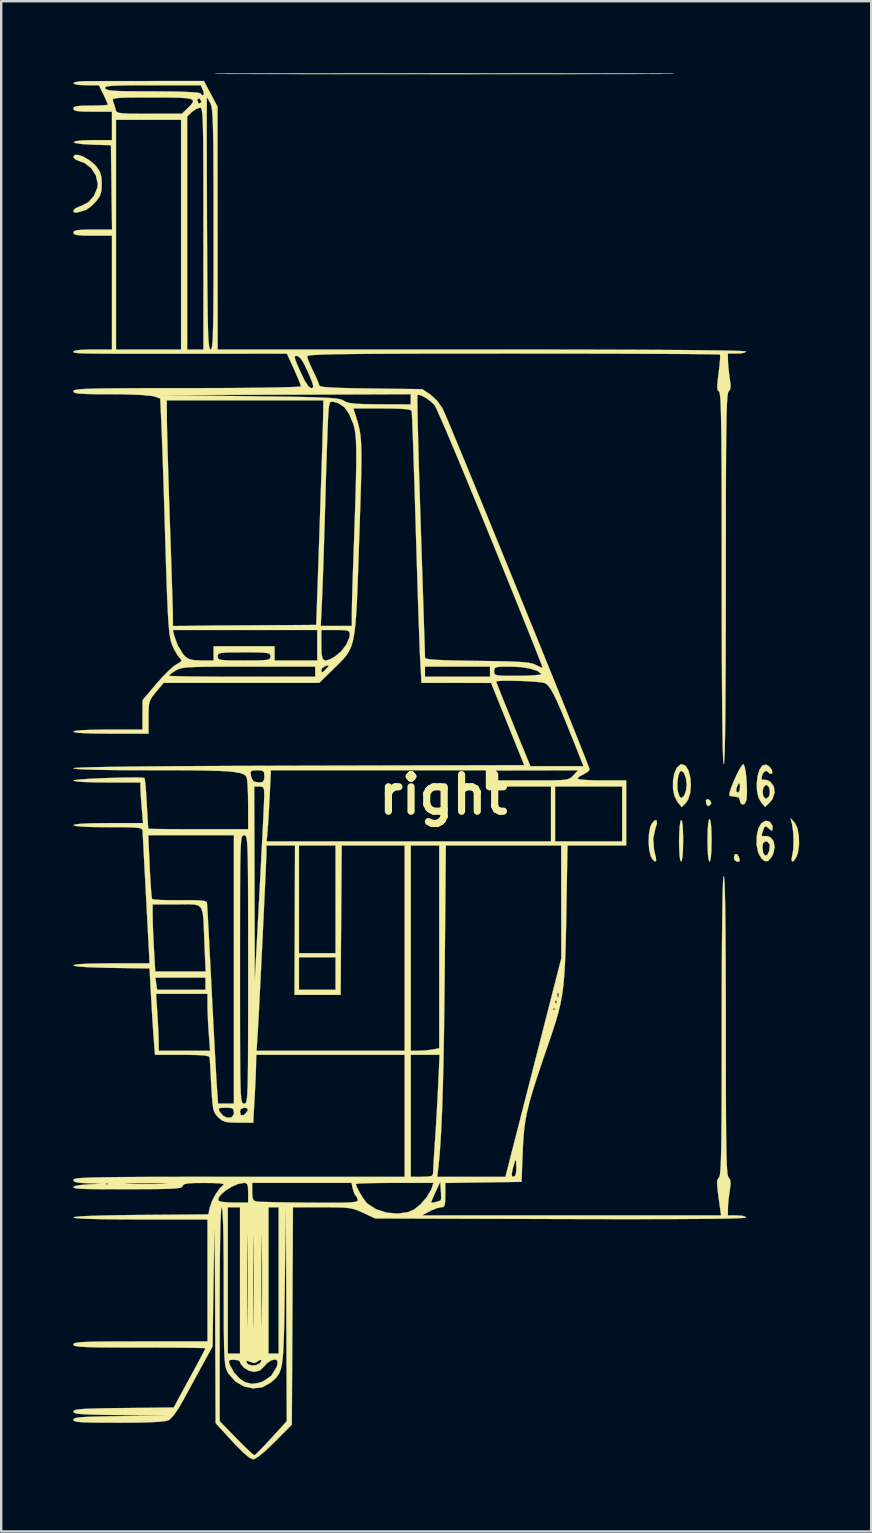
<source format=kicad_pcb>
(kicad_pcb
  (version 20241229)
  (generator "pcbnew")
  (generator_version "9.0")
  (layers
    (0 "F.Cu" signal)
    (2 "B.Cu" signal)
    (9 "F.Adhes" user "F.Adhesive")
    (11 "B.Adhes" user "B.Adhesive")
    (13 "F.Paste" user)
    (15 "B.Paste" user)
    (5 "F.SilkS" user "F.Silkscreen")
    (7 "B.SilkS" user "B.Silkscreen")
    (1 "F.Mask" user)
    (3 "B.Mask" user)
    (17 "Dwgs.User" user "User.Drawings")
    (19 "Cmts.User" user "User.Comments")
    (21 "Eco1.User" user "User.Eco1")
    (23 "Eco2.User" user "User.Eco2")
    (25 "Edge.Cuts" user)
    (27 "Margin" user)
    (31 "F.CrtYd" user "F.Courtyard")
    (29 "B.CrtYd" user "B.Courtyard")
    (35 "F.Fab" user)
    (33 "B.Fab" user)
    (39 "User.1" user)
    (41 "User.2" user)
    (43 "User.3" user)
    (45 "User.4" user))
  (footprint "right"
    (layer "F.Cu")
    (at 15.414 30.05)
    (property "Reference" "right" (at 0 0 0) (layer "F.SilkS") (effects (font (size 1.524 1.524) (thickness 0.3))))
    (attr through_hole)
    (fp_poly (pts (xy 11.11 0.238) (xy 11.166 0.355) (xy 11.111 0.437) (xy 11.017 0.482) (xy 10.957 0.392) (xy 10.937 0.234) (xy 11.007 0.179) (xy 11.11 0.238)) (stroke (width 0.01) (type solid)) (fill yes) (layer "F.SilkS"))
    (fp_poly (pts (xy 12.31 2.589) (xy 12.356 2.74) (xy 12.312 2.79) (xy 12.234 2.794) (xy 12.131 2.723) (xy 12.107 2.625) (xy 12.149 2.478) (xy 12.238 2.478) (xy 12.31 2.589)) (stroke (width 0.01) (type solid)) (fill yes) (layer "F.SilkS"))
    (fp_poly (pts (xy 14.642 1.174) (xy 14.75 1.395) (xy 14.811 1.718) (xy 14.82 2.079) (xy 14.773 2.416) (xy 14.718 2.578) (xy 14.61 2.752) (xy 14.528 2.787) (xy 14.503 2.688) (xy 14.53 2.561) (xy 14.577 2.281) (xy 14.591 1.911) (xy 14.572 1.527) (xy 14.526 1.228) (xy 14.467 0.974) (xy 14.642 1.174)) (stroke (width 0.01) (type solid)) (fill yes) (layer "F.SilkS"))
    (fp_poly (pts (xy 8.891 1.072) (xy 8.9 1.201) (xy 8.834 1.417) (xy 8.746 1.825) (xy 8.781 2.314) (xy 8.852 2.603) (xy 8.869 2.756) (xy 8.811 2.785) (xy 8.714 2.693) (xy 8.65 2.578) (xy 8.579 2.316) (xy 8.553 1.978) (xy 8.568 1.631) (xy 8.623 1.338) (xy 8.684 1.203) (xy 8.814 1.065) (xy 8.891 1.072)) (stroke (width 0.01) (type solid)) (fill yes) (layer "F.SilkS"))
    (fp_poly (pts (xy 9.947 1.112) (xy 9.975 1.326) (xy 9.989 1.69) (xy 9.991 1.9) (xy 9.983 2.309) (xy 9.962 2.606) (xy 9.928 2.769) (xy 9.906 2.794) (xy 9.867 2.714) (xy 9.838 2.489) (xy 9.823 2.144) (xy 9.821 1.952) (xy 9.829 1.584) (xy 9.851 1.289) (xy 9.883 1.102) (xy 9.906 1.058) (xy 9.947 1.112)) (stroke (width 0.01) (type solid)) (fill yes) (layer "F.SilkS"))
    (fp_poly (pts (xy 11.13 1.097) (xy 11.158 1.324) (xy 11.174 1.674) (xy 11.176 1.905) (xy 11.168 2.312) (xy 11.147 2.608) (xy 11.113 2.77) (xy 11.091 2.794) (xy 11.053 2.713) (xy 11.024 2.486) (xy 11.009 2.136) (xy 11.007 1.905) (xy 11.014 1.498) (xy 11.036 1.202) (xy 11.069 1.04) (xy 11.091 1.016) (xy 11.13 1.097)) (stroke (width 0.01) (type solid)) (fill yes) (layer "F.SilkS"))
    (fp_poly (pts (xy 10.104 -1.194) (xy 10.218 -0.995) (xy 10.289 -0.714) (xy 10.313 -0.394) (xy 10.286 -0.076) (xy 10.204 0.197) (xy 10.101 0.351) (xy 9.929 0.522) (xy 9.748 0.292) (xy 9.625 0.047) (xy 9.567 -0.259) (xy 9.569 -0.533) (xy 9.754 -0.533) (xy 9.756 -0.26) (xy 9.774 -0.122) (xy 9.846 0.089) (xy 9.94 0.136) (xy 10.041 0.022) (xy 10.107 -0.155) (xy 10.139 -0.409) (xy 10.11 -0.675) (xy 10.033 -0.891) (xy 9.931 -0.994) (xy 9.85 -0.946) (xy 9.788 -0.777) (xy 9.754 -0.533) (xy 9.569 -0.533) (xy 9.569 -0.584) (xy 9.625 -0.887) (xy 9.73 -1.125) (xy 9.879 -1.256) (xy 9.951 -1.27) (xy 10.104 -1.194)) (stroke (width 0.01) (type solid)) (fill yes) (layer "F.SilkS"))
    (fp_poly (pts (xy 12.547 -1.193) (xy 12.59 -0.99) (xy 12.624 -0.707) (xy 12.645 -0.386) (xy 12.649 -0.072) (xy 12.633 0.19) (xy 12.627 0.233) (xy 12.556 0.382) (xy 12.451 0.417) (xy 12.372 0.334) (xy 12.361 0.254) (xy 12.308 0.118) (xy 12.164 0.085) (xy 11.99 0.066) (xy 11.918 0.036) (xy 11.92 -0.065) (xy 11.975 -0.244) (xy 12.202 -0.244) (xy 12.216 -0.115) (xy 12.277 -0.085) (xy 12.338 -0.158) (xy 12.36 -0.318) (xy 12.347 -0.465) (xy 12.304 -0.461) (xy 12.277 -0.423) (xy 12.202 -0.244) (xy 11.975 -0.244) (xy 11.983 -0.27) (xy 12.087 -0.534) (xy 12.211 -0.811) (xy 12.336 -1.055) (xy 12.441 -1.222) (xy 12.498 -1.27) (xy 12.547 -1.193)) (stroke (width 0.01) (type solid)) (fill yes) (layer "F.SilkS"))
    (fp_poly (pts (xy -15.194 -26.645) (xy -14.98 -26.568) (xy -14.745 -26.429) (xy -14.524 -26.245) (xy -14.453 -26.167) (xy -14.308 -25.957) (xy -14.24 -25.731) (xy -14.224 -25.439) (xy -14.24 -25.139) (xy -14.308 -24.926) (xy -14.454 -24.721) (xy -14.483 -24.687) (xy -14.681 -24.495) (xy -14.871 -24.363) (xy -14.928 -24.339) (xy -15.148 -24.276) (xy -15.261 -24.245) (xy -15.387 -24.259) (xy -15.409 -24.321) (xy -15.335 -24.416) (xy -15.15 -24.502) (xy -15.095 -24.517) (xy -14.787 -24.674) (xy -14.546 -24.946) (xy -14.41 -25.281) (xy -14.393 -25.442) (xy -14.468 -25.79) (xy -14.666 -26.097) (xy -14.948 -26.313) (xy -15.095 -26.367) (xy -15.297 -26.444) (xy -15.404 -26.536) (xy -15.409 -26.558) (xy -15.349 -26.647) (xy -15.194 -26.645)) (stroke (width 0.01) (type solid)) (fill yes) (layer "F.SilkS"))
    (fp_poly (pts (xy 13.582 -1.173) (xy 13.686 -1.035) (xy 13.705 -0.904) (xy 13.687 -0.874) (xy 13.596 -0.875) (xy 13.552 -0.923) (xy 13.446 -0.996) (xy 13.337 -0.92) (xy 13.267 -0.757) (xy 13.26 -0.627) (xy 13.331 -0.622) (xy 13.479 -0.61) (xy 13.622 -0.539) (xy 13.769 -0.344) (xy 13.8 -0.085) (xy 13.717 0.179) (xy 13.603 0.325) (xy 13.406 0.511) (xy 13.25 0.339) (xy 13.131 0.126) (xy 13.076 -0.125) (xy 13.301 -0.125) (xy 13.325 0.051) (xy 13.407 0.16) (xy 13.45 0.169) (xy 13.544 0.101) (xy 13.582 0.03) (xy 13.605 -0.15) (xy 13.562 -0.315) (xy 13.475 -0.402) (xy 13.434 -0.4) (xy 13.336 -0.298) (xy 13.301 -0.125) (xy 13.076 -0.125) (xy 13.068 -0.159) (xy 13.057 -0.474) (xy 13.094 -0.781) (xy 13.172 -1.04) (xy 13.288 -1.21) (xy 13.437 -1.254) (xy 13.582 -1.173)) (stroke (width 0.01) (type solid)) (fill yes) (layer "F.SilkS"))
    (fp_poly (pts (xy 13.597 1.123) (xy 13.704 1.277) (xy 13.716 1.371) (xy 13.705 1.493) (xy 13.645 1.482) (xy 13.556 1.406) (xy 13.442 1.319) (xy 13.375 1.351) (xy 13.309 1.515) (xy 13.261 1.686) (xy 13.289 1.735) (xy 13.335 1.724) (xy 13.494 1.726) (xy 13.625 1.774) (xy 13.758 1.932) (xy 13.801 2.175) (xy 13.752 2.445) (xy 13.669 2.606) (xy 13.525 2.764) (xy 13.392 2.769) (xy 13.257 2.661) (xy 13.118 2.421) (xy 13.071 2.187) (xy 13.293 2.187) (xy 13.325 2.423) (xy 13.402 2.536) (xy 13.496 2.512) (xy 13.579 2.338) (xy 13.582 2.324) (xy 13.6 2.082) (xy 13.502 1.961) (xy 13.415 1.947) (xy 13.319 2.023) (xy 13.293 2.187) (xy 13.071 2.187) (xy 13.051 2.089) (xy 13.054 1.726) (xy 13.129 1.396) (xy 13.251 1.185) (xy 13.427 1.085) (xy 13.597 1.123)) (stroke (width 0.01) (type solid)) (fill yes) (layer "F.SilkS"))
    (fp_poly (pts (xy 1.934 -30.044) (xy 3.602 -30.043) (xy 5.198 -30.041) (xy 6.687 -30.038) (xy 7.817 -30.035) (xy 8.502 -30.033) (xy 9.021 -30.031) (xy 9.378 -30.029) (xy 9.576 -30.027) (xy 9.62 -30.025) (xy 9.512 -30.024) (xy 9.256 -30.022) (xy 8.856 -30.02) (xy 8.316 -30.019) (xy 7.638 -30.018) (xy 6.827 -30.017) (xy 5.886 -30.016) (xy 4.819 -30.015) (xy 3.63 -30.014) (xy 2.321 -30.014) (xy 0.897 -30.013) (xy 0.042 -30.013) (xy -1.445 -30.014) (xy -2.818 -30.014) (xy -4.074 -30.014) (xy -5.208 -30.015) (xy -6.218 -30.016) (xy -7.101 -30.017) (xy -7.851 -30.018) (xy -8.466 -30.02) (xy -8.942 -30.021) (xy -9.276 -30.023) (xy -9.465 -30.024) (xy -9.503 -30.026) (xy -9.389 -30.028) (xy -9.118 -30.03) (xy -8.686 -30.032) (xy -8.091 -30.034) (xy -7.677 -30.035) (xy -6.294 -30.039) (xy -4.777 -30.041) (xy -3.162 -30.043) (xy -1.482 -30.044) (xy 0.228 -30.045) (xy 1.934 -30.044)) (stroke (width 0.01) (type solid)) (fill yes) (layer "F.SilkS"))
    (fp_poly (pts (xy -9.404 -28.66) (xy -9.398 -18.542) (xy 1.609 -18.542) (xy 3.429 -18.541) (xy 5.087 -18.539) (xy 6.582 -18.536) (xy 7.913 -18.532) (xy 9.081 -18.526) (xy 10.083 -18.519) (xy 10.919 -18.51) (xy 11.589 -18.501) (xy 12.092 -18.49) (xy 12.428 -18.478) (xy 12.595 -18.464) (xy 12.615 -18.457) (xy 12.54 -18.407) (xy 12.348 -18.377) (xy 12.234 -18.373) (xy 11.853 -18.373) (xy 11.858 -18.055) (xy 11.877 -17.772) (xy 11.917 -17.437) (xy 11.936 -17.314) (xy 11.97 -17.038) (xy 11.95 -16.876) (xy 11.889 -16.797) (xy 11.868 -16.761) (xy 11.849 -16.68) (xy 11.833 -16.546) (xy 11.82 -16.347) (xy 11.808 -16.075) (xy 11.798 -15.72) (xy 11.79 -15.272) (xy 11.783 -14.721) (xy 11.778 -14.057) (xy 11.774 -13.271) (xy 11.771 -12.352) (xy 11.77 -11.292) (xy 11.769 -10.08) (xy 11.769 -8.986) (xy 11.768 -7.484) (xy 11.765 -6.142) (xy 11.76 -4.96) (xy 11.754 -3.94) (xy 11.746 -3.083) (xy 11.736 -2.389) (xy 11.724 -1.862) (xy 11.71 -1.5) (xy 11.695 -1.306) (xy 11.684 -1.27) (xy 11.668 -1.354) (xy 11.653 -1.607) (xy 11.64 -2.027) (xy 11.629 -2.613) (xy 11.619 -3.363) (xy 11.612 -4.277) (xy 11.606 -5.354) (xy 11.602 -6.592) (xy 11.6 -7.991) (xy 11.599 -9.008) (xy 11.599 -10.359) (xy 11.598 -11.55) (xy 11.596 -12.591) (xy 11.593 -13.491) (xy 11.588 -14.259) (xy 11.583 -14.904) (xy 11.575 -15.436) (xy 11.567 -15.865) (xy 11.556 -16.2) (xy 11.544 -16.449) (xy 11.529 -16.623) (xy 11.513 -16.731) (xy 11.494 -16.783) (xy 11.485 -16.79) (xy 11.433 -16.839) (xy 11.412 -16.957) (xy 11.423 -17.175) (xy 11.464 -17.525) (xy 11.469 -17.563) (xy 11.509 -17.895) (xy 11.531 -18.158) (xy 11.533 -18.311) (xy 11.527 -18.332) (xy 11.438 -18.338) (xy 11.192 -18.343) (xy 10.799 -18.348) (xy 10.27 -18.353) (xy 9.618 -18.357) (xy 8.853 -18.361) (xy 7.986 -18.365) (xy 7.029 -18.368) (xy 5.994 -18.37) (xy 4.892 -18.372) (xy 3.733 -18.372) (xy 2.907 -18.373) (xy 1.485 -18.372) (xy 0.223 -18.371) (xy -0.888 -18.37) (xy -1.855 -18.367) (xy -2.69 -18.363) (xy -3.4 -18.358) (xy -3.994 -18.352) (xy -4.482 -18.345) (xy -4.872 -18.336) (xy -5.173 -18.325) (xy -5.395 -18.313) (xy -5.546 -18.298) (xy -5.635 -18.282) (xy -5.671 -18.264) (xy -5.673 -18.258) (xy -5.636 -18.127) (xy -5.541 -17.898) (xy -5.42 -17.644) (xy -5.29 -17.373) (xy -5.198 -17.155) (xy -5.166 -17.044) (xy -5.117 -17.011) (xy -4.962 -16.983) (xy -4.69 -16.961) (xy -4.286 -16.943) (xy -3.738 -16.929) (xy -3.034 -16.918) (xy -3.02 -16.917) (xy -0.876 -16.891) (xy -0.544 -16.671) (xy -0.264 -16.419) (xy -0.037 -16.099) (xy -0.022 -16.07) (xy 0.042 -15.927) (xy 0.163 -15.645) (xy 0.334 -15.238) (xy 0.55 -14.718) (xy 0.806 -14.099) (xy 1.097 -13.394) (xy 1.416 -12.616) (xy 1.76 -11.779) (xy 2.121 -10.895) (xy 2.496 -9.979) (xy 2.878 -9.042) (xy 3.262 -8.099) (xy 3.643 -7.162) (xy 4.016 -6.246) (xy 4.374 -5.362) (xy 4.713 -4.525) (xy 5.028 -3.747) (xy 5.312 -3.041) (xy 5.561 -2.422) (xy 5.768 -1.902) (xy 5.93 -1.494) (xy 6.039 -1.211) (xy 6.092 -1.067) (xy 6.096 -1.052) (xy 6.026 -0.954) (xy 5.855 -0.852) (xy 5.842 -0.847) (xy 5.667 -0.754) (xy 5.588 -0.671) (xy 5.588 -0.667) (xy 5.667 -0.638) (xy 5.883 -0.615) (xy 6.203 -0.599) (xy 6.594 -0.593) (xy 6.604 -0.593) (xy 7.62 -0.593) (xy 7.62 2.117) (xy 5.174 2.117) (xy 5.132 4.593) (xy 5.116 5.507) (xy 5.098 6.274) (xy 5.075 6.917) (xy 5.045 7.459) (xy 5.005 7.924) (xy 4.952 8.333) (xy 4.882 8.71) (xy 4.794 9.078) (xy 4.684 9.459) (xy 4.549 9.876) (xy 4.409 10.287) (xy 4.135 11.086) (xy 3.913 11.751) (xy 3.737 12.305) (xy 3.601 12.773) (xy 3.499 13.179) (xy 3.426 13.548) (xy 3.375 13.904) (xy 3.341 14.271) (xy 3.318 14.674) (xy 3.31 14.859) (xy 3.26 16.129) (xy 0.085 16.175) (xy 0.085 16.681) (xy 0.078 16.964) (xy 0.051 17.117) (xy -0.01 17.178) (xy -0.085 17.187) (xy -0.266 17.226) (xy -0.505 17.323) (xy -0.571 17.357) (xy -0.886 17.526) (xy 11.571 17.526) (xy 11.468 16.785) (xy 11.421 16.417) (xy 11.405 16.181) (xy 11.421 16.04) (xy 11.47 15.961) (xy 11.482 15.95) (xy 11.505 15.91) (xy 11.524 15.82) (xy 11.541 15.669) (xy 11.555 15.448) (xy 11.567 15.145) (xy 11.577 14.749) (xy 11.584 14.251) (xy 11.59 13.638) (xy 11.594 12.901) (xy 11.597 12.028) (xy 11.599 11.01) (xy 11.599 9.834) (xy 11.599 9.621) (xy 11.6 8.285) (xy 11.604 7.107) (xy 11.61 6.087) (xy 11.618 5.228) (xy 11.628 4.531) (xy 11.64 3.998) (xy 11.654 3.629) (xy 11.671 3.428) (xy 11.684 3.387) (xy 11.702 3.471) (xy 11.718 3.723) (xy 11.732 4.142) (xy 11.744 4.725) (xy 11.753 5.471) (xy 11.76 6.379) (xy 11.765 7.447) (xy 11.768 8.673) (xy 11.769 9.621) (xy 11.769 10.82) (xy 11.77 11.861) (xy 11.773 12.754) (xy 11.777 13.51) (xy 11.782 14.14) (xy 11.789 14.656) (xy 11.798 15.067) (xy 11.809 15.385) (xy 11.823 15.62) (xy 11.839 15.784) (xy 11.858 15.888) (xy 11.88 15.941) (xy 11.889 15.95) (xy 11.957 16.051) (xy 11.968 16.228) (xy 11.936 16.468) (xy 11.891 16.793) (xy 11.862 17.11) (xy 11.858 17.209) (xy 11.853 17.526) (xy 12.234 17.526) (xy 12.462 17.543) (xy 12.598 17.587) (xy 12.615 17.612) (xy 12.536 17.629) (xy 12.298 17.643) (xy 11.9 17.655) (xy 11.341 17.665) (xy 10.619 17.672) (xy 9.734 17.678) (xy 8.684 17.68) (xy 7.467 17.681) (xy 6.084 17.679) (xy 4.889 17.676) (xy -2.836 17.653) (xy -3.333 17.42) (xy -3.54 17.328) (xy -3.724 17.264) (xy -3.922 17.223) (xy -4.173 17.2) (xy -4.514 17.19) (xy -4.982 17.187) (xy -5.046 17.187) (xy -6.261 17.187) (xy -6.308 26.243) (xy -7.025 26.965) (xy -7.383 27.308) (xy -7.667 27.547) (xy -7.863 27.671) (xy -7.924 27.686) (xy -8.079 27.617) (xy -8.327 27.41) (xy -8.666 27.07) (xy -8.793 26.932) (xy -9.483 26.178) (xy -9.502 21.661) (xy -9.502 21.643) (xy -9.313 21.643) (xy -9.313 26.098) (xy -8.621 26.807) (xy -8.345 27.086) (xy -8.11 27.312) (xy -7.943 27.464) (xy -7.869 27.517) (xy -7.792 27.458) (xy -7.628 27.297) (xy -7.4 27.061) (xy -7.165 26.806) (xy -6.519 26.095) (xy -6.556 17.145) (xy -6.601 20.447) (xy -6.613 21.32) (xy -6.625 22.04) (xy -6.64 22.624) (xy -6.659 23.09) (xy -6.686 23.454) (xy -6.722 23.734) (xy -6.771 23.945) (xy -6.835 24.106) (xy -6.916 24.232) (xy -7.016 24.341) (xy -7.14 24.45) (xy -7.2 24.501) (xy -7.541 24.687) (xy -7.924 24.732) (xy -8.31 24.648) (xy -8.662 24.442) (xy -8.941 24.126) (xy -8.987 24.047) (xy -9.027 23.961) (xy -9.06 23.858) (xy -9.086 23.721) (xy -9.096 23.621) (xy -8.929 23.621) (xy -8.882 23.77) (xy -8.716 24.066) (xy -8.479 24.326) (xy -8.255 24.473) (xy -7.975 24.542) (xy -7.683 24.501) (xy -7.497 24.433) (xy -7.168 24.208) (xy -6.947 23.852) (xy -6.903 23.728) (xy -6.906 23.579) (xy -7.007 23.525) (xy -7.165 23.562) (xy -7.342 23.684) (xy -7.437 23.791) (xy -7.64 23.987) (xy -7.877 24.045) (xy -8.097 23.993) (xy -8.306 23.866) (xy -8.443 23.707) (xy -8.467 23.622) (xy -8.479 23.612) (xy -8.213 23.612) (xy -8.143 23.724) (xy -7.979 23.775) (xy -7.786 23.761) (xy -7.629 23.675) (xy -7.62 23.664) (xy -7.572 23.562) (xy -7.631 23.542) (xy -7.751 23.618) (xy -7.763 23.63) (xy -7.894 23.678) (xy -8.034 23.627) (xy -8.172 23.581) (xy -8.213 23.612) (xy -8.479 23.612) (xy -8.54 23.562) (xy -8.717 23.537) (xy -8.719 23.537) (xy -8.891 23.55) (xy -8.929 23.621) (xy -9.096 23.621) (xy -9.106 23.533) (xy -9.121 23.276) (xy -9.131 22.934) (xy -9.138 22.488) (xy -9.142 21.923) (xy -9.144 21.221) (xy -9.144 20.469) (xy -9.146 19.541) (xy -9.153 18.76) (xy -9.163 18.132) (xy -9.178 17.66) (xy -9.196 17.348) (xy -9.219 17.2) (xy -9.229 17.187) (xy -8.975 17.187) (xy -8.975 23.283) (xy -8.467 23.283) (xy -8.467 20.235) (xy -8.174 20.235) (xy -8.174 20.868) (xy -8.172 21.383) (xy -8.169 21.771) (xy -8.166 22.026) (xy -8.162 22.138) (xy -8.157 22.101) (xy -8.152 21.905) (xy -8.149 21.78) (xy -8.142 21.126) (xy -8.139 20.38) (xy -8.139 20.32) (xy -7.92 20.32) (xy -7.92 20.962) (xy -7.918 21.486) (xy -7.915 21.885) (xy -7.912 22.149) (xy -7.908 22.272) (xy -7.903 22.245) (xy -7.898 22.061) (xy -7.895 21.907) (xy -7.888 21.245) (xy -7.885 20.49) (xy -7.885 20.235) (xy -7.582 20.235) (xy -7.581 20.868) (xy -7.579 21.383) (xy -7.577 21.771) (xy -7.573 22.026) (xy -7.569 22.138) (xy -7.564 22.101) (xy -7.559 21.905) (xy -7.557 21.78) (xy -7.549 21.126) (xy -7.546 20.38) (xy -7.548 19.62) (xy -7.553 18.922) (xy -7.557 18.69) (xy -7.562 18.429) (xy -7.567 18.329) (xy -7.572 18.382) (xy -7.575 18.581) (xy -7.578 18.917) (xy -7.581 19.382) (xy -7.582 19.969) (xy -7.582 20.235) (xy -7.885 20.235) (xy -7.886 19.718) (xy -7.892 19.006) (xy -7.895 18.733) (xy -7.901 18.467) (xy -7.906 18.362) (xy -7.91 18.411) (xy -7.914 18.606) (xy -7.917 18.938) (xy -7.919 19.401) (xy -7.92 19.985) (xy -7.92 20.32) (xy -8.139 20.32) (xy -8.14 19.62) (xy -8.146 18.922) (xy -8.149 18.69) (xy -8.155 18.429) (xy -8.16 18.329) (xy -8.164 18.382) (xy -8.168 18.581) (xy -8.171 18.917) (xy -8.173 19.382) (xy -8.174 19.969) (xy -8.174 20.235) (xy -8.467 20.235) (xy -8.467 17.187) (xy -7.281 17.187) (xy -7.281 23.283) (xy -6.858 23.283) (xy -6.858 17.187) (xy -7.281 17.187) (xy -8.467 17.187) (xy -8.975 17.187) (xy -9.229 17.187) (xy -9.25 17.272) (xy -9.268 17.523) (xy -9.283 17.938) (xy -9.295 18.515) (xy -9.304 19.251) (xy -9.31 20.144) (xy -9.313 21.192) (xy -9.313 21.643) (xy -9.502 21.643) (xy -9.506 20.686) (xy -9.51 19.875) (xy -9.514 19.224) (xy -9.517 18.729) (xy -9.521 18.385) (xy -9.524 18.187) (xy -9.528 18.132) (xy -9.533 18.213) (xy -9.539 18.428) (xy -9.545 18.771) (xy -9.553 19.237) (xy -9.562 19.823) (xy -9.566 20.066) (xy -9.61 22.987) (xy -10.005 23.707) (xy -10.235 24.127) (xy -10.498 24.61) (xy -10.747 25.069) (xy -10.81 25.186) (xy -11.039 25.58) (xy -11.242 25.871) (xy -11.404 26.036) (xy -11.431 26.053) (xy -11.571 26.092) (xy -11.826 26.122) (xy -12.209 26.143) (xy -12.733 26.156) (xy -13.41 26.161) (xy -13.525 26.161) (xy -14.146 26.16) (xy -14.617 26.155) (xy -14.958 26.145) (xy -15.188 26.129) (xy -15.327 26.106) (xy -15.394 26.073) (xy -15.409 26.037) (xy -15.388 25.996) (xy -15.311 25.964) (xy -15.159 25.939) (xy -14.914 25.921) (xy -14.556 25.907) (xy -14.066 25.896) (xy -13.441 25.887) (xy -11.472 25.862) (xy -13.441 25.843) (xy -14.078 25.835) (xy -14.564 25.825) (xy -14.919 25.812) (xy -15.163 25.794) (xy -15.313 25.77) (xy -15.388 25.738) (xy -15.409 25.698) (xy -15.388 25.658) (xy -15.313 25.627) (xy -15.165 25.603) (xy -14.926 25.584) (xy -14.578 25.571) (xy -14.1 25.56) (xy -13.477 25.551) (xy -13.32 25.55) (xy -11.23 25.527) (xy -10.568 24.308) (xy -10.346 23.899) (xy -10.156 23.544) (xy -10.011 23.27) (xy -9.925 23.101) (xy -9.906 23.06) (xy -9.987 23.052) (xy -10.218 23.046) (xy -10.579 23.04) (xy -11.049 23.035) (xy -11.608 23.032) (xy -12.238 23.03) (xy -12.658 23.029) (xy -13.422 23.029) (xy -14.032 23.026) (xy -14.507 23.02) (xy -14.861 23.01) (xy -15.112 22.996) (xy -15.275 22.977) (xy -15.368 22.952) (xy -15.406 22.92) (xy -15.409 22.902) (xy -15.392 22.867) (xy -15.327 22.839) (xy -15.2 22.817) (xy -14.994 22.801) (xy -14.693 22.789) (xy -14.28 22.782) (xy -13.739 22.777) (xy -13.054 22.776) (xy -12.615 22.775) (xy -9.821 22.775) (xy -9.821 17.695) (xy -12.615 17.695) (xy -13.442 17.693) (xy -14.133 17.685) (xy -14.682 17.673) (xy -15.082 17.657) (xy -15.327 17.636) (xy -15.409 17.612) (xy -15.326 17.587) (xy -15.081 17.564) (xy -14.683 17.545) (xy -14.139 17.528) (xy -13.457 17.516) (xy -12.645 17.506) (xy -12.598 17.506) (xy -9.786 17.484) (xy -9.732 17.218) (xy -9.638 16.94) (xy -9.569 16.807) (xy -9.368 16.807) (xy -9.368 16.914) (xy -9.265 16.952) (xy -9.041 16.98) (xy -8.742 16.991) (xy -8.724 16.991) (xy -8.128 16.991) (xy -8.128 16.581) (xy -8.137 16.333) (xy -8.177 16.21) (xy -8.265 16.173) (xy -8.3 16.171) (xy -7.959 16.171) (xy -7.959 16.546) (xy -7.947 16.784) (xy -7.896 16.902) (xy -7.783 16.947) (xy -7.768 16.949) (xy -7.632 16.958) (xy -7.352 16.967) (xy -6.956 16.976) (xy -6.47 16.984) (xy -5.919 16.992) (xy -5.567 16.995) (xy -4.92 16.999) (xy -4.424 16.999) (xy -4.06 16.993) (xy -3.81 16.98) (xy -3.655 16.959) (xy -3.576 16.929) (xy -3.556 16.893) (xy -3.604 16.753) (xy -3.634 16.726) (xy -3.706 16.615) (xy -3.768 16.424) (xy -3.813 16.217) (xy -3.641 16.217) (xy -3.597 16.351) (xy -3.488 16.563) (xy -3.349 16.791) (xy -3.216 16.976) (xy -3.163 17.033) (xy -2.798 17.268) (xy -2.358 17.41) (xy -1.896 17.452) (xy -1.466 17.388) (xy -1.216 17.279) (xy -0.942 17.057) (xy -0.886 16.992) (xy -0.508 16.992) (xy -0.442 16.996) (xy -0.296 16.965) (xy -0.153 16.918) (xy -0.101 16.889) (xy -0.09 16.799) (xy -0.094 16.599) (xy -0.101 16.498) (xy -0.127 16.129) (xy -0.318 16.542) (xy -0.424 16.778) (xy -0.493 16.945) (xy -0.508 16.992) (xy -0.886 16.992) (xy -0.686 16.759) (xy -0.505 16.454) (xy -0.47 16.362) (xy -0.412 16.171) (xy -2.026 16.171) (xy -2.528 16.174) (xy -2.966 16.18) (xy -3.315 16.19) (xy -3.548 16.202) (xy -3.64 16.216) (xy -3.641 16.217) (xy -3.813 16.217) (xy -3.823 16.171) (xy -7.959 16.171) (xy -8.3 16.171) (xy -8.536 16.214) (xy -8.799 16.326) (xy -9.051 16.48) (xy -9.253 16.649) (xy -9.368 16.807) (xy -9.569 16.807) (xy -9.484 16.644) (xy -9.306 16.393) (xy -9.159 16.259) (xy -9.151 16.22) (xy -9.292 16.193) (xy -9.589 16.178) (xy -9.921 16.174) (xy -10.335 16.177) (xy -10.607 16.191) (xy -10.766 16.22) (xy -10.839 16.268) (xy -10.852 16.299) (xy -10.884 16.344) (xy -10.971 16.377) (xy -11.135 16.401) (xy -11.397 16.417) (xy -11.778 16.427) (xy -12.299 16.432) (xy -12.531 16.433) (xy -13.312 16.435) (xy -13.94 16.436) (xy -14.431 16.433) (xy -14.801 16.428) (xy -15.067 16.419) (xy -15.245 16.406) (xy -15.35 16.389) (xy -15.399 16.367) (xy -15.409 16.344) (xy -15.332 16.301) (xy -15.127 16.263) (xy -14.837 16.236) (xy -14.796 16.234) (xy -14.364 16.214) (xy -14.055 16.214) (xy -14.012 16.256) (xy -13.97 16.214) (xy -13.974 16.209) (xy -13.26 16.209) (xy -13.116 16.216) (xy -12.835 16.22) (xy -12.431 16.221) (xy -12.404 16.221) (xy -11.988 16.22) (xy -11.693 16.216) (xy -11.53 16.21) (xy -11.512 16.202) (xy -11.65 16.193) (xy -11.659 16.193) (xy -12.099 16.183) (xy -12.604 16.182) (xy -13.069 16.192) (xy -13.098 16.193) (xy -13.258 16.202) (xy -13.26 16.209) (xy -13.974 16.209) (xy -14.012 16.171) (xy -14.055 16.214) (xy -14.364 16.214) (xy -14.182 16.205) (xy -14.796 16.188) (xy -15.126 16.171) (xy -15.318 16.139) (xy -15.4 16.084) (xy -15.409 16.044) (xy -15.394 16.021) (xy -15.342 16.001) (xy -15.243 15.984) (xy -15.085 15.969) (xy -14.86 15.956) (xy -14.555 15.946) (xy -14.161 15.938) (xy -13.667 15.931) (xy -13.063 15.926) (xy -12.339 15.922) (xy -11.483 15.92) (xy -10.485 15.918) (xy -9.335 15.917) (xy -8.509 15.917) (xy -1.609 15.917) (xy -1.609 10.837) (xy -1.355 10.837) (xy -1.355 15.917) (xy -0.889 15.917) (xy -0.251 15.917) (xy 2.588 15.917) (xy 2.616 15.81) (xy 2.847 15.81) (xy 2.869 15.902) (xy 2.928 15.917) (xy 3.005 15.864) (xy 3.039 15.688) (xy 3.041 15.515) (xy 3.034 15.287) (xy 3.016 15.208) (xy 2.979 15.282) (xy 2.913 15.515) (xy 2.89 15.6) (xy 2.847 15.81) (xy 2.616 15.81) (xy 3.752 11.367) (xy 4.375 8.932) (xy 4.572 8.932) (xy 4.614 8.975) (xy 4.657 8.932) (xy 4.614 8.89) (xy 4.572 8.932) (xy 4.375 8.932) (xy 4.451 8.636) (xy 4.657 8.636) (xy 4.688 8.706) (xy 4.713 8.692) (xy 4.723 8.592) (xy 4.713 8.58) (xy 4.663 8.591) (xy 4.657 8.636) (xy 4.451 8.636) (xy 4.528 8.333) (xy 4.748 8.333) (xy 4.764 8.442) (xy 4.792 8.444) (xy 4.813 8.33) (xy 4.799 8.281) (xy 4.762 8.249) (xy 4.748 8.333) (xy 4.528 8.333) (xy 4.916 6.816) (xy 4.911 2.117) (xy 0.107 2.117) (xy 0.06 7.345) (xy 0.045 8.808) (xy 0.027 10.112) (xy 0.005 11.266) (xy -0.021 12.281) (xy -0.05 13.166) (xy -0.084 13.931) (xy -0.122 14.586) (xy -0.166 15.142) (xy -0.208 15.557) (xy -0.251 15.917) (xy -0.889 15.917) (xy -0.621 15.911) (xy -0.482 15.881) (xy -0.43 15.81) (xy -0.423 15.727) (xy -0.417 15.574) (xy -0.401 15.29) (xy -0.378 14.913) (xy -0.349 14.481) (xy -0.343 14.393) (xy -0.307 13.839) (xy -0.269 13.198) (xy -0.234 12.555) (xy -0.209 12.044) (xy -0.154 10.837) (xy -1.355 10.837) (xy -1.609 10.837) (xy -7.789 10.837) (xy -7.8 11.324) (xy -7.81 11.62) (xy -7.827 12.023) (xy -7.849 12.469) (xy -7.864 12.738) (xy -7.916 13.665) (xy -8.534 13.664) (xy -8.866 13.657) (xy -9.08 13.628) (xy -9.23 13.563) (xy -9.365 13.448) (xy -9.378 13.436) (xy -9.473 13.332) (xy -9.539 13.22) (xy -9.579 13.085) (xy -9.353 13.085) (xy -9.33 13.176) (xy -9.317 13.201) (xy -9.168 13.376) (xy -8.989 13.458) (xy -8.827 13.442) (xy -8.731 13.326) (xy -8.721 13.25) (xy -8.726 13.208) (xy -8.467 13.208) (xy -8.429 13.355) (xy -8.321 13.35) (xy -8.23 13.276) (xy -8.134 13.132) (xy -8.193 13.052) (xy -8.297 13.039) (xy -8.439 13.099) (xy -8.467 13.208) (xy -8.726 13.208) (xy -8.739 13.114) (xy -8.825 13.054) (xy -9.027 13.039) (xy -9.062 13.039) (xy -9.275 13.047) (xy -9.353 13.085) (xy -9.579 13.085) (xy -9.584 13.067) (xy -9.616 12.838) (xy -9.642 12.501) (xy -9.664 12.129) (xy -9.686 11.712) (xy -9.706 11.352) (xy -9.721 11.086) (xy -9.729 10.949) (xy -9.729 10.943) (xy -9.779 10.898) (xy -9.933 10.866) (xy -10.211 10.847) (xy -10.631 10.838) (xy -10.872 10.837) (xy -12.008 10.837) (xy -12.057 10.223) (xy -12.08 9.901) (xy -12.109 9.464) (xy -12.139 8.968) (xy -12.167 8.469) (xy -12.17 8.424) (xy -12.177 8.297) (xy -11.964 8.297) (xy -11.909 9.123) (xy -11.885 9.527) (xy -11.866 9.911) (xy -11.855 10.214) (xy -11.854 10.308) (xy -11.853 10.668) (xy -9.712 10.668) (xy -9.766 9.97) (xy -9.793 9.562) (xy -9.812 9.145) (xy -9.821 8.804) (xy -9.821 8.784) (xy -9.821 8.297) (xy -11.964 8.297) (xy -12.177 8.297) (xy -12.214 7.62) (xy -11.993 7.62) (xy -11.956 7.874) (xy -11.919 8.128) (xy -9.906 8.128) (xy -9.906 7.62) (xy -11.993 7.62) (xy -12.214 7.62) (xy -12.234 7.239) (xy -13.822 7.216) (xy -14.387 7.203) (xy -14.844 7.185) (xy -15.176 7.16) (xy -15.368 7.132) (xy -15.409 7.11) (xy -15.327 7.08) (xy -15.09 7.056) (xy -14.712 7.039) (xy -14.209 7.029) (xy -13.822 7.027) (xy -12.234 7.027) (xy -12.364 4.572) (xy -12.107 4.572) (xy -12.107 5.016) (xy -12.102 5.29) (xy -12.088 5.674) (xy -12.068 6.111) (xy -12.052 6.413) (xy -11.997 7.366) (xy -9.899 7.366) (xy -9.95 6.16) (xy -9.971 5.603) (xy -9.99 5.194) (xy -10.023 4.908) (xy -10.087 4.725) (xy -10.196 4.622) (xy -10.368 4.576) (xy -10.617 4.567) (xy -10.96 4.571) (xy -11.093 4.572) (xy -12.107 4.572) (xy -12.364 4.572) (xy -12.376 4.339) (xy -12.411 3.676) (xy -12.444 3.063) (xy -12.472 2.521) (xy -12.495 2.073) (xy -12.513 1.74) (xy -12.515 1.693) (xy -12.289 1.693) (xy -12.23 2.985) (xy -12.207 3.437) (xy -12.182 3.829) (xy -12.159 4.13) (xy -12.139 4.309) (xy -12.131 4.343) (xy -12.037 4.367) (xy -11.806 4.386) (xy -11.471 4.396) (xy -11.065 4.398) (xy -10.978 4.397) (xy -10.506 4.395) (xy -10.18 4.403) (xy -9.976 4.424) (xy -9.872 4.459) (xy -9.844 4.499) (xy -9.836 4.606) (xy -9.82 4.864) (xy -9.798 5.254) (xy -9.771 5.756) (xy -9.74 6.353) (xy -9.705 7.026) (xy -9.668 7.755) (xy -9.655 8.001) (xy -9.616 8.776) (xy -9.577 9.527) (xy -9.54 10.23) (xy -9.506 10.862) (xy -9.476 11.4) (xy -9.452 11.819) (xy -9.435 12.097) (xy -9.433 12.129) (xy -9.38 12.869) (xy -8.721 12.869) (xy -8.721 7.281) (xy -8.467 7.281) (xy -8.467 8.39) (xy -8.466 9.342) (xy -8.465 10.148) (xy -8.462 10.821) (xy -8.458 11.372) (xy -8.453 11.815) (xy -8.445 12.16) (xy -8.434 12.421) (xy -8.42 12.608) (xy -8.403 12.734) (xy -8.383 12.811) (xy -8.358 12.852) (xy -8.329 12.867) (xy -8.297 12.869) (xy -8.264 12.866) (xy -8.235 12.85) (xy -8.21 12.807) (xy -8.19 12.727) (xy -8.173 12.597) (xy -8.16 12.405) (xy -8.149 12.139) (xy -8.142 11.787) (xy -8.136 11.337) (xy -8.132 10.777) (xy -8.132 10.668) (xy -7.779 10.668) (xy -1.609 10.668) (xy -1.609 2.117) (xy -1.355 2.117) (xy -1.355 10.668) (xy -1.027 10.668) (xy -0.729 10.653) (xy -0.45 10.618) (xy -0.434 10.615) (xy -0.169 10.562) (xy -0.169 2.117) (xy -1.355 2.117) (xy -1.609 2.117) (xy -4.231 2.117) (xy -4.276 8.34) (xy -6.196 8.34) (xy -6.191 6.773) (xy -6.011 6.773) (xy -6.011 8.128) (xy -4.487 8.128) (xy -4.487 6.773) (xy -6.011 6.773) (xy -6.191 6.773) (xy -6.186 5.228) (xy -6.176 2.117) (xy -6.011 2.117) (xy -6.011 6.604) (xy -4.487 6.604) (xy -4.487 2.117) (xy -6.011 2.117) (xy -6.176 2.117) (xy -7.366 2.117) (xy -7.366 2.383) (xy -7.37 2.533) (xy -7.382 2.83) (xy -7.4 3.253) (xy -7.424 3.778) (xy -7.452 4.385) (xy -7.483 5.052) (xy -7.517 5.756) (xy -7.552 6.475) (xy -7.587 7.189) (xy -7.621 7.874) (xy -7.653 8.509) (xy -7.682 9.072) (xy -7.707 9.54) (xy -7.727 9.893) (xy -7.739 10.097) (xy -7.779 10.668) (xy -8.132 10.668) (xy -8.13 10.095) (xy -8.129 9.278) (xy -8.128 8.316) (xy -8.128 7.281) (xy -8.128 6.173) (xy -8.129 5.221) (xy -8.13 4.415) (xy -8.132 3.742) (xy -8.136 3.19) (xy -8.142 2.748) (xy -8.15 2.402) (xy -8.161 2.142) (xy -8.174 1.955) (xy -8.191 1.828) (xy -8.212 1.751) (xy -8.237 1.711) (xy -8.266 1.696) (xy -8.297 1.693) (xy -8.331 1.696) (xy -8.36 1.713) (xy -8.384 1.755) (xy -8.405 1.836) (xy -8.421 1.966) (xy -8.435 2.158) (xy -8.445 2.424) (xy -8.453 2.776) (xy -8.459 3.226) (xy -8.463 3.786) (xy -8.465 4.468) (xy -8.466 5.284) (xy -8.467 6.247) (xy -8.467 7.281) (xy -8.721 7.281) (xy -8.721 1.693) (xy -12.289 1.693) (xy -12.515 1.693) (xy -12.523 1.544) (xy -12.525 1.503) (xy -12.54 1.449) (xy -12.596 1.409) (xy -12.716 1.383) (xy -12.925 1.367) (xy -13.244 1.358) (xy -13.699 1.355) (xy -13.97 1.355) (xy -14.531 1.35) (xy -14.965 1.336) (xy -15.258 1.313) (xy -15.398 1.283) (xy -15.409 1.27) (xy -15.327 1.237) (xy -15.087 1.212) (xy -14.702 1.194) (xy -14.185 1.186) (xy -13.958 1.185) (xy -12.506 1.185) (xy -12.561 0.538) (xy -12.587 0.196) (xy -12.607 -0.102) (xy -12.615 -0.297) (xy -12.615 -0.309) (xy -12.615 -0.508) (xy -14.012 -0.508) (xy -14.525 -0.513) (xy -14.94 -0.526) (xy -15.235 -0.547) (xy -15.39 -0.574) (xy -15.409 -0.589) (xy -15.33 -0.611) (xy -15.115 -0.634) (xy -14.796 -0.656) (xy -14.407 -0.676) (xy -13.981 -0.693) (xy -13.551 -0.706) (xy -13.149 -0.714) (xy -12.81 -0.715) (xy -12.566 -0.709) (xy -12.449 -0.694) (xy -12.447 -0.692) (xy -12.427 -0.602) (xy -12.402 -0.377) (xy -12.376 -0.049) (xy -12.352 0.347) (xy -12.351 0.366) (xy -12.329 0.764) (xy -12.309 1.094) (xy -12.295 1.323) (xy -12.286 1.418) (xy -12.286 1.418) (xy -12.203 1.424) (xy -11.973 1.429) (xy -11.62 1.434) (xy -11.166 1.437) (xy -10.636 1.439) (xy -10.202 1.439) (xy -8.128 1.439) (xy -8.129 0.402) (xy -8.135 -0.006) (xy -8.148 -0.339) (xy -7.874 -0.339) (xy -7.863 3.704) (xy -7.851 7.747) (xy -7.658 4.106) (xy -7.616 3.322) (xy -7.578 2.576) (xy -7.546 1.947) (xy -7.358 1.947) (xy 4.487 1.947) (xy 4.487 -0.339) (xy 4.657 -0.339) (xy 4.657 1.947) (xy 7.451 1.947) (xy 7.451 -0.339) (xy 4.657 -0.339) (xy 4.487 -0.339) (xy 1.778 -0.339) (xy 1.778 -1.007) (xy 2.201 -1.007) (xy 2.201 -0.593) (xy 3.711 -0.593) (xy 4.25 -0.593) (xy 4.646 -0.597) (xy 4.925 -0.608) (xy 5.114 -0.629) (xy 5.238 -0.662) (xy 5.324 -0.712) (xy 5.397 -0.782) (xy 5.418 -0.803) (xy 5.615 -1.014) (xy 3.908 -1.01) (xy 2.201 -1.007) (xy 1.778 -1.007) (xy 1.778 -1.016) (xy -7.18 -1.016) (xy -7.232 0.064) (xy -7.255 0.517) (xy -7.28 0.949) (xy -7.303 1.31) (xy -7.321 1.545) (xy -7.358 1.947) (xy -7.546 1.947) (xy -7.543 1.89) (xy -7.512 1.283) (xy -7.488 0.774) (xy -7.47 0.385) (xy -7.459 0.134) (xy -7.457 0.064) (xy -7.461 -0.18) (xy -7.497 -0.298) (xy -7.588 -0.336) (xy -7.662 -0.339) (xy -7.874 -0.339) (xy -8.148 -0.339) (xy -8.149 -0.356) (xy -8.169 -0.611) (xy -8.194 -0.735) (xy -8.195 -0.736) (xy -8.253 -0.804) (xy -8.343 -0.86) (xy -8.48 -0.905) (xy -8.655 -0.937) (xy -8.03 -0.937) (xy -8.008 -0.768) (xy -7.99 -0.699) (xy -7.899 -0.552) (xy -7.704 -0.508) (xy -7.695 -0.508) (xy -7.522 -0.53) (xy -7.458 -0.632) (xy -7.451 -0.762) (xy -7.467 -0.933) (xy -7.551 -1.003) (xy -7.747 -1.016) (xy -7.955 -1.004) (xy -8.03 -0.937) (xy -8.655 -0.937) (xy -8.679 -0.941) (xy -8.955 -0.969) (xy -9.325 -0.989) (xy -9.802 -1.002) (xy -10.402 -1.011) (xy -11.141 -1.015) (xy -12.033 -1.016) (xy -12.071 -1.016) (xy -13.002 -1.018) (xy -13.788 -1.024) (xy -14.424 -1.035) (xy -14.906 -1.049) (xy -15.23 -1.067) (xy -15.391 -1.089) (xy -15.409 -1.1) (xy -15.325 -1.115) (xy -15.073 -1.129) (xy -14.654 -1.142) (xy -14.07 -1.154) (xy -13.323 -1.165) (xy -12.413 -1.175) (xy -11.343 -1.184) (xy -10.114 -1.191) (xy -8.727 -1.198) (xy -7.184 -1.203) (xy -6.019 -1.206) (xy 3.372 -1.228) (xy 2.681 -2.941) (xy 1.99 -4.654) (xy 0.541 -4.655) (xy -0.908 -4.657) (xy -0.911 -4.711) (xy 2.201 -4.711) (xy 2.232 -4.629) (xy 2.315 -4.417) (xy 2.441 -4.102) (xy 2.599 -3.711) (xy 2.777 -3.271) (xy 2.964 -2.809) (xy 3.151 -2.351) (xy 3.326 -1.925) (xy 3.477 -1.557) (xy 3.518 -1.46) (xy 3.632 -1.185) (xy 5.84 -1.185) (xy 5.681 -1.587) (xy 5.373 -2.364) (xy 5.117 -2.996) (xy 4.908 -3.5) (xy 4.736 -3.891) (xy 4.596 -4.182) (xy 4.48 -4.389) (xy 4.381 -4.526) (xy 4.292 -4.61) (xy 4.211 -4.652) (xy 4.057 -4.681) (xy 3.796 -4.706) (xy 3.467 -4.726) (xy 3.11 -4.74) (xy 2.766 -4.746) (xy 2.473 -4.744) (xy 2.272 -4.732) (xy 2.201 -4.711) (xy -0.911 -4.711) (xy -0.946 -5.334) (xy -0.762 -5.334) (xy -0.762 -4.911) (xy 1.947 -4.911) (xy 1.947 -5.141) (xy 2.117 -5.141) (xy 2.123 -5.059) (xy 2.159 -5.005) (xy 2.255 -4.972) (xy 2.438 -4.955) (xy 2.737 -4.95) (xy 3.124 -4.95) (xy 3.51 -4.957) (xy 3.819 -4.973) (xy 4.023 -4.996) (xy 4.088 -5.024) (xy 4.088 -5.025) (xy 3.926 -5.15) (xy 3.631 -5.248) (xy 3.235 -5.312) (xy 2.797 -5.334) (xy 2.46 -5.331) (xy 2.258 -5.317) (xy 2.156 -5.28) (xy 2.121 -5.212) (xy 2.117 -5.141) (xy 1.947 -5.141) (xy 1.947 -5.334) (xy -0.762 -5.334) (xy -0.946 -5.334) (xy -0.961 -5.609) (xy -0.974 -5.877) (xy -0.99 -6.295) (xy -1.01 -6.842) (xy -1.033 -7.499) (xy -1.058 -8.247) (xy -1.084 -9.066) (xy -1.111 -9.935) (xy -1.138 -10.835) (xy -1.15 -11.218) (xy -1.176 -12.093) (xy -1.201 -12.917) (xy -1.226 -13.676) (xy -1.248 -14.354) (xy -1.269 -14.935) (xy -1.287 -15.403) (xy -1.302 -15.743) (xy -1.313 -15.939) (xy -1.317 -15.981) (xy -1.381 -16.026) (xy -1.552 -16.057) (xy -1.847 -16.077) (xy -2.286 -16.086) (xy -2.547 -16.087) (xy -3.745 -16.087) (xy -3.684 -15.896) (xy -3.611 -15.666) (xy -3.55 -15.461) (xy -3.501 -15.264) (xy -3.463 -15.059) (xy -3.436 -14.827) (xy -3.418 -14.552) (xy -3.41 -14.218) (xy -3.411 -13.806) (xy -3.419 -13.299) (xy -3.436 -12.682) (xy -3.459 -11.935) (xy -3.489 -11.043) (xy -3.502 -10.663) (xy -3.535 -9.677) (xy -3.564 -8.845) (xy -3.592 -8.149) (xy -3.622 -7.576) (xy -3.658 -7.109) (xy -3.702 -6.732) (xy -3.758 -6.43) (xy -3.828 -6.187) (xy -3.917 -5.986) (xy -4.026 -5.813) (xy -4.159 -5.651) (xy -4.319 -5.485) (xy -4.51 -5.298) (xy -4.572 -5.238) (xy -5.164 -4.657) (xy -8.406 -4.657) (xy -11.648 -4.657) (xy -11.962 -4.281) (xy -12.119 -4.085) (xy -12.212 -3.925) (xy -12.259 -3.744) (xy -12.275 -3.49) (xy -12.277 -3.222) (xy -12.277 -2.54) (xy -13.843 -2.54) (xy -14.436 -2.544) (xy -14.898 -2.558) (xy -15.218 -2.578) (xy -15.386 -2.607) (xy -15.409 -2.625) (xy -15.327 -2.658) (xy -15.087 -2.683) (xy -14.703 -2.7) (xy -14.186 -2.709) (xy -13.97 -2.709) (xy -12.531 -2.709) (xy -12.528 -3.323) (xy -12.526 -3.937) (xy -11.955 -4.614) (xy -11.686 -4.915) (xy -11.647 -4.954) (xy -11.43 -4.954) (xy -11.348 -4.944) (xy -11.117 -4.935) (xy -10.753 -4.927) (xy -10.277 -4.92) (xy -9.707 -4.915) (xy -9.062 -4.912) (xy -8.382 -4.911) (xy -5.334 -4.911) (xy -5.334 -5.197) (xy -5.08 -5.197) (xy -5.064 -5.096) (xy -4.999 -5.116) (xy -4.874 -5.243) (xy -4.776 -5.36) (xy -4.803 -5.384) (xy -4.903 -5.361) (xy -5.045 -5.276) (xy -5.08 -5.197) (xy -5.334 -5.197) (xy -5.334 -5.334) (xy -8.107 -5.334) (xy -8.869 -5.333) (xy -9.48 -5.331) (xy -9.96 -5.326) (xy -10.327 -5.317) (xy -10.6 -5.304) (xy -10.798 -5.284) (xy -10.94 -5.258) (xy -11.044 -5.224) (xy -11.13 -5.18) (xy -11.155 -5.166) (xy -11.332 -5.047) (xy -11.426 -4.965) (xy -11.43 -4.954) (xy -11.647 -4.954) (xy -11.424 -5.178) (xy -11.207 -5.366) (xy -11.11 -5.429) (xy -10.939 -5.53) (xy -10.905 -5.606) (xy -10.957 -5.666) (xy -11.064 -5.8) (xy -11.195 -6.023) (xy -11.249 -6.133) (xy -11.296 -6.24) (xy -11.336 -6.359) (xy -11.37 -6.503) (xy -11.401 -6.687) (xy -11.42 -6.858) (xy -11.264 -6.858) (xy -11.208 -6.625) (xy -11.059 -6.215) (xy -10.839 -5.856) (xy -10.748 -5.753) (xy -10.599 -5.651) (xy -10.378 -5.601) (xy -10.075 -5.588) (xy -9.567 -5.588) (xy -9.567 -5.757) (xy -9.398 -5.757) (xy -9.389 -5.688) (xy -9.343 -5.641) (xy -9.233 -5.611) (xy -9.033 -5.596) (xy -8.715 -5.589) (xy -8.297 -5.588) (xy -7.848 -5.589) (xy -7.541 -5.597) (xy -7.349 -5.613) (xy -7.246 -5.644) (xy -7.204 -5.693) (xy -7.197 -5.757) (xy -7.206 -5.826) (xy -7.252 -5.874) (xy -7.362 -5.903) (xy -7.562 -5.919) (xy -7.88 -5.926) (xy -8.297 -5.927) (xy -8.747 -5.925) (xy -9.054 -5.918) (xy -9.245 -5.901) (xy -9.349 -5.87) (xy -9.39 -5.822) (xy -9.398 -5.757) (xy -9.567 -5.757) (xy -9.567 -6.181) (xy -7.027 -6.181) (xy -7.027 -5.588) (xy -5.249 -5.588) (xy -5.249 -6.858) (xy -5.08 -6.858) (xy -5.08 -6.223) (xy -5.068 -5.861) (xy -5.02 -5.652) (xy -4.916 -5.58) (xy -4.737 -5.629) (xy -4.508 -5.757) (xy -4.244 -5.977) (xy -4.032 -6.262) (xy -3.91 -6.551) (xy -3.895 -6.668) (xy -3.906 -6.767) (xy -3.966 -6.824) (xy -4.11 -6.851) (xy -4.375 -6.858) (xy -4.487 -6.858) (xy -5.08 -6.858) (xy -5.249 -6.858) (xy -11.264 -6.858) (xy -11.42 -6.858) (xy -11.427 -6.926) (xy -11.452 -7.235) (xy -11.475 -7.627) (xy -11.497 -8.117) (xy -11.52 -8.72) (xy -11.545 -9.45) (xy -11.572 -10.321) (xy -11.6 -11.261) (xy -11.622 -12.005) (xy -11.646 -12.755) (xy -11.67 -13.478) (xy -11.692 -14.141) (xy -11.713 -14.713) (xy -11.73 -15.161) (xy -11.736 -15.299) (xy -11.785 -16.425) (xy -11.515 -16.425) (xy -11.513 -15.642) (xy -11.509 -15.384) (xy -11.5 -14.981) (xy -11.487 -14.454) (xy -11.468 -13.828) (xy -11.447 -13.125) (xy -11.423 -12.369) (xy -11.396 -11.583) (xy -11.388 -11.345) (xy -11.361 -10.574) (xy -11.336 -9.841) (xy -11.314 -9.168) (xy -11.295 -8.574) (xy -11.279 -8.081) (xy -11.269 -7.708) (xy -11.263 -7.476) (xy -11.263 -7.428) (xy -11.261 -7.025) (xy -10.97 -7.027) (xy -5.104 -7.027) (xy -3.81 -7.027) (xy -3.809 -7.556) (xy -3.806 -7.786) (xy -3.797 -8.155) (xy -3.783 -8.635) (xy -3.766 -9.195) (xy -3.745 -9.807) (xy -3.726 -10.329) (xy -3.69 -11.352) (xy -3.661 -12.219) (xy -3.641 -12.947) (xy -3.628 -13.55) (xy -3.623 -14.042) (xy -3.626 -14.438) (xy -3.638 -14.753) (xy -3.658 -15.002) (xy -3.686 -15.199) (xy -3.722 -15.358) (xy -3.752 -15.452) (xy -3.925 -15.864) (xy -4.119 -16.136) (xy -4.357 -16.296) (xy -4.462 -16.334) (xy -4.634 -16.374) (xy -4.718 -16.341) (xy -4.758 -16.196) (xy -4.775 -16.058) (xy -4.787 -15.896) (xy -4.803 -15.584) (xy -4.821 -15.146) (xy -4.841 -14.601) (xy -4.862 -13.971) (xy -4.884 -13.277) (xy -4.906 -12.539) (xy -4.908 -12.446) (xy -4.931 -11.666) (xy -4.954 -10.893) (xy -4.977 -10.154) (xy -4.999 -9.478) (xy -5.02 -8.89) (xy -5.038 -8.419) (xy -5.051 -8.107) (xy -5.104 -7.027) (xy -10.97 -7.027) (xy -8.276 -7.047) (xy -5.292 -7.07) (xy -5.151 -11.134) (xy -5.123 -11.971) (xy -5.096 -12.777) (xy -5.071 -13.53) (xy -5.049 -14.211) (xy -5.031 -14.801) (xy -5.016 -15.279) (xy -5.007 -15.626) (xy -5.003 -15.812) (xy -4.995 -16.425) (xy -11.515 -16.425) (xy -11.785 -16.425) (xy -11.789 -16.5) (xy -12.045 -16.59) (xy -12.215 -16.62) (xy -12.469 -16.641) (xy -11.726 -16.641) (xy -8.038 -16.596) (xy -7.141 -16.585) (xy -6.398 -16.574) (xy -5.794 -16.563) (xy -5.313 -16.551) (xy -4.939 -16.536) (xy -4.658 -16.519) (xy -4.453 -16.499) (xy -4.31 -16.475) (xy -4.214 -16.446) (xy -4.148 -16.411) (xy -4.144 -16.409) (xy -4.035 -16.351) (xy -3.88 -16.311) (xy -3.653 -16.284) (xy -3.323 -16.269) (xy -2.863 -16.262) (xy -2.646 -16.26) (xy -1.355 -16.256) (xy -1.355 -16.559) (xy -1.08 -16.559) (xy -1.079 -16.314) (xy -1.073 -15.929) (xy -1.062 -15.417) (xy -1.047 -14.794) (xy -1.027 -14.072) (xy -1.004 -13.268) (xy -0.977 -12.395) (xy -0.948 -11.467) (xy -0.939 -11.203) (xy -0.908 -10.26) (xy -0.879 -9.367) (xy -0.851 -8.537) (xy -0.827 -7.786) (xy -0.806 -7.127) (xy -0.788 -6.575) (xy -0.774 -6.146) (xy -0.765 -5.852) (xy -0.761 -5.71) (xy -0.761 -5.699) (xy -0.713 -5.666) (xy -0.561 -5.638) (xy -0.292 -5.616) (xy 0.107 -5.598) (xy 0.649 -5.584) (xy 1.347 -5.573) (xy 1.418 -5.572) (xy 2.104 -5.562) (xy 2.642 -5.551) (xy 3.052 -5.536) (xy 3.356 -5.516) (xy 3.573 -5.49) (xy 3.726 -5.457) (xy 3.835 -5.414) (xy 3.852 -5.405) (xy 4.029 -5.318) (xy 4.13 -5.29) (xy 4.134 -5.292) (xy 4.108 -5.373) (xy 4.022 -5.598) (xy 3.883 -5.954) (xy 3.695 -6.428) (xy 3.463 -7.008) (xy 3.193 -7.681) (xy 2.889 -8.433) (xy 2.557 -9.253) (xy 2.202 -10.128) (xy 1.982 -10.668) (xy 1.611 -11.575) (xy 1.255 -12.44) (xy 0.92 -13.249) (xy 0.612 -13.989) (xy 0.335 -14.646) (xy 0.097 -15.207) (xy -0.099 -15.658) (xy -0.245 -15.987) (xy -0.336 -16.18) (xy -0.361 -16.223) (xy -0.519 -16.378) (xy -0.72 -16.523) (xy -0.915 -16.627) (xy -1.051 -16.659) (xy -1.075 -16.649) (xy -1.08 -16.559) (xy -1.355 -16.559) (xy -1.355 -16.679) (xy -11.726 -16.641) (xy -12.469 -16.641) (xy -12.523 -16.645) (xy -12.938 -16.664) (xy -13.43 -16.676) (xy -13.856 -16.679) (xy -14.412 -16.681) (xy -14.821 -16.687) (xy -15.104 -16.7) (xy -15.281 -16.721) (xy -15.376 -16.752) (xy -15.408 -16.795) (xy -15.409 -16.806) (xy -15.393 -16.834) (xy -15.337 -16.857) (xy -15.228 -16.877) (xy -15.054 -16.892) (xy -14.802 -16.905) (xy -14.459 -16.915) (xy -14.013 -16.922) (xy -13.451 -16.927) (xy -12.761 -16.931) (xy -11.929 -16.933) (xy -10.945 -16.933) (xy -10.668 -16.933) (xy -9.768 -16.935) (xy -8.928 -16.938) (xy -8.162 -16.944) (xy -7.486 -16.952) (xy -6.913 -16.962) (xy -6.457 -16.973) (xy -6.134 -16.985) (xy -5.957 -16.999) (xy -5.927 -17.007) (xy -5.96 -17.114) (xy -6.048 -17.333) (xy -6.174 -17.623) (xy -6.22 -17.725) (xy -6.448 -18.226) (xy -6.189 -18.226) (xy -6.159 -18.103) (xy -6.066 -17.875) (xy -5.951 -17.616) (xy -5.77 -17.244) (xy -5.627 -17.021) (xy -5.513 -16.935) (xy -5.495 -16.933) (xy -5.43 -16.951) (xy -5.417 -17.023) (xy -5.461 -17.178) (xy -5.57 -17.447) (xy -5.631 -17.59) (xy -5.802 -17.952) (xy -5.941 -18.171) (xy -6.062 -18.266) (xy -6.087 -18.272) (xy -6.163 -18.273) (xy -6.189 -18.226) (xy -6.448 -18.226) (xy -6.513 -18.368) (xy -10.136 -18.366) (xy -11.21 -18.365) (xy -12.128 -18.365) (xy -12.902 -18.365) (xy -13.543 -18.366) (xy -14.064 -18.368) (xy -14.478 -18.371) (xy -14.797 -18.376) (xy -15.033 -18.382) (xy -15.199 -18.391) (xy -15.307 -18.401) (xy -15.37 -18.413) (xy -15.4 -18.428) (xy -15.409 -18.446) (xy -15.409 -18.457) (xy -15.329 -18.497) (xy -15.106 -18.526) (xy -14.765 -18.541) (xy -14.605 -18.542) (xy -13.801 -18.542) (xy -13.801 -23.283) (xy -14.605 -23.283) (xy -14.988 -23.288) (xy -15.231 -23.305) (xy -15.361 -23.338) (xy -15.408 -23.392) (xy -15.409 -23.41) (xy -15.381 -23.471) (xy -15.275 -23.509) (xy -15.065 -23.53) (xy -14.722 -23.537) (xy -14.603 -23.537) (xy -13.797 -23.537) (xy -13.82 -25.294) (xy -13.843 -27.051) (xy -14.626 -27.075) (xy -15.049 -27.1) (xy -15.305 -27.136) (xy -15.394 -27.178) (xy -15.318 -27.218) (xy -15.076 -27.249) (xy -14.671 -27.262) (xy -14.605 -27.263) (xy -13.801 -27.263) (xy -13.801 -28.109) (xy -13.631 -28.109) (xy -13.631 -18.542) (xy -10.922 -18.542) (xy -10.922 -28.109) (xy -13.631 -28.109) (xy -13.801 -28.109) (xy -13.801 -28.249) (xy -10.668 -28.249) (xy -10.668 -18.542) (xy -9.991 -18.542) (xy -9.991 -23.58) (xy -9.991 -24.632) (xy -9.992 -25.527) (xy -9.994 -26.278) (xy -9.998 -26.898) (xy -10.003 -27.398) (xy -10.011 -27.792) (xy -10.013 -27.84) (xy -9.852 -27.84) (xy -9.851 -27.224) (xy -9.85 -26.511) (xy -9.848 -25.715) (xy -9.845 -24.851) (xy -9.842 -23.932) (xy -9.841 -23.791) (xy -9.836 -22.707) (xy -9.831 -21.779) (xy -9.825 -20.998) (xy -9.818 -20.349) (xy -9.81 -19.823) (xy -9.8 -19.406) (xy -9.788 -19.087) (xy -9.773 -18.854) (xy -9.756 -18.695) (xy -9.736 -18.598) (xy -9.713 -18.551) (xy -9.693 -18.542) (xy -9.666 -18.558) (xy -9.644 -18.616) (xy -9.625 -18.727) (xy -9.609 -18.903) (xy -9.597 -19.157) (xy -9.587 -19.5) (xy -9.579 -19.946) (xy -9.574 -20.506) (xy -9.57 -21.193) (xy -9.568 -22.019) (xy -9.567 -22.995) (xy -9.567 -23.542) (xy -9.568 -24.606) (xy -9.569 -25.513) (xy -9.573 -26.278) (xy -9.577 -26.911) (xy -9.584 -27.427) (xy -9.594 -27.838) (xy -9.606 -28.157) (xy -9.621 -28.398) (xy -9.64 -28.572) (xy -9.662 -28.693) (xy -9.688 -28.773) (xy -9.697 -28.791) (xy -9.789 -28.96) (xy -9.843 -29.04) (xy -9.845 -29.041) (xy -9.848 -28.958) (xy -9.85 -28.721) (xy -9.851 -28.343) (xy -9.852 -27.84) (xy -10.013 -27.84) (xy -10.021 -28.091) (xy -10.034 -28.309) (xy -10.051 -28.458) (xy -10.071 -28.551) (xy -10.094 -28.599) (xy -10.123 -28.616) (xy -10.133 -28.617) (xy -10.293 -28.562) (xy -10.472 -28.433) (xy -10.668 -28.249) (xy -13.801 -28.249) (xy -13.801 -28.448) (xy -14.605 -28.448) (xy -14.988 -28.453) (xy -15.231 -28.469) (xy -15.361 -28.502) (xy -15.408 -28.557) (xy -15.409 -28.575) (xy -15.379 -28.638) (xy -15.267 -28.677) (xy -15.044 -28.697) (xy -14.69 -28.702) (xy -14.364 -28.706) (xy -14.116 -28.718) (xy -13.982 -28.735) (xy -13.97 -28.742) (xy -14.004 -28.835) (xy -14.057 -28.953) (xy -13.765 -28.953) (xy -13.762 -28.906) (xy -13.757 -28.892) (xy -13.687 -28.685) (xy -13.653 -28.554) (xy -13.632 -28.483) (xy -13.589 -28.432) (xy -13.499 -28.398) (xy -13.336 -28.378) (xy -13.075 -28.367) (xy -12.692 -28.364) (xy -12.25 -28.363) (xy -10.889 -28.363) (xy -10.651 -28.591) (xy -10.509 -28.734) (xy -10.429 -28.844) (xy -10.427 -28.919) (xy -10.245 -28.919) (xy -10.2 -28.803) (xy -10.16 -28.787) (xy -10.078 -28.847) (xy -10.075 -28.866) (xy -10.137 -28.981) (xy -10.16 -28.998) (xy -10.232 -28.979) (xy -10.245 -28.919) (xy -10.427 -28.919) (xy -10.427 -28.923) (xy -10.519 -28.978) (xy -10.719 -29.012) (xy -11.043 -29.031) (xy -11.507 -29.039) (xy -12.116 -29.041) (xy -12.694 -29.04) (xy -13.122 -29.036) (xy -13.423 -29.027) (xy -13.616 -29.012) (xy -13.723 -28.987) (xy -13.765 -28.953) (xy -14.057 -28.953) (xy -14.091 -29.028) (xy -14.156 -29.165) (xy -14.287 -29.435) (xy -14.089 -29.435) (xy -14.085 -29.422) (xy -14.048 -29.38) (xy -13.957 -29.349) (xy -13.795 -29.326) (xy -13.54 -29.31) (xy -13.173 -29.3) (xy -12.675 -29.296) (xy -12.103 -29.295) (xy -11.448 -29.291) (xy -10.908 -29.28) (xy -10.499 -29.263) (xy -10.231 -29.24) (xy -10.119 -29.212) (xy -10.118 -29.21) (xy -10.024 -29.119) (xy -9.972 -29.163) (xy -9.992 -29.304) (xy -10.006 -29.337) (xy -10.103 -29.549) (xy -12.118 -29.549) (xy -12.759 -29.548) (xy -13.248 -29.543) (xy -13.606 -29.535) (xy -13.85 -29.521) (xy -14 -29.501) (xy -14.073 -29.472) (xy -14.089 -29.435) (xy -14.287 -29.435) (xy -14.342 -29.549) (xy -14.876 -29.549) (xy -15.157 -29.561) (xy -15.348 -29.593) (xy -15.409 -29.633) (xy -15.332 -29.679) (xy -15.132 -29.71) (xy -14.901 -29.72) (xy -14.677 -29.721) (xy -14.312 -29.722) (xy -13.837 -29.723) (xy -13.282 -29.723) (xy -12.675 -29.724) (xy -12.182 -29.725) (xy -9.971 -29.727) (xy -9.404 -28.66)) (stroke (width 0.01) (type solid)) (fill yes) (layer "F.SilkS")))
  (gr_rect
    (start -3 -3)
    (end 33.239 60.741)
    (stroke (width 0.1) (type default))
    (fill no)
    (layer "Edge.Cuts")))
</source>
